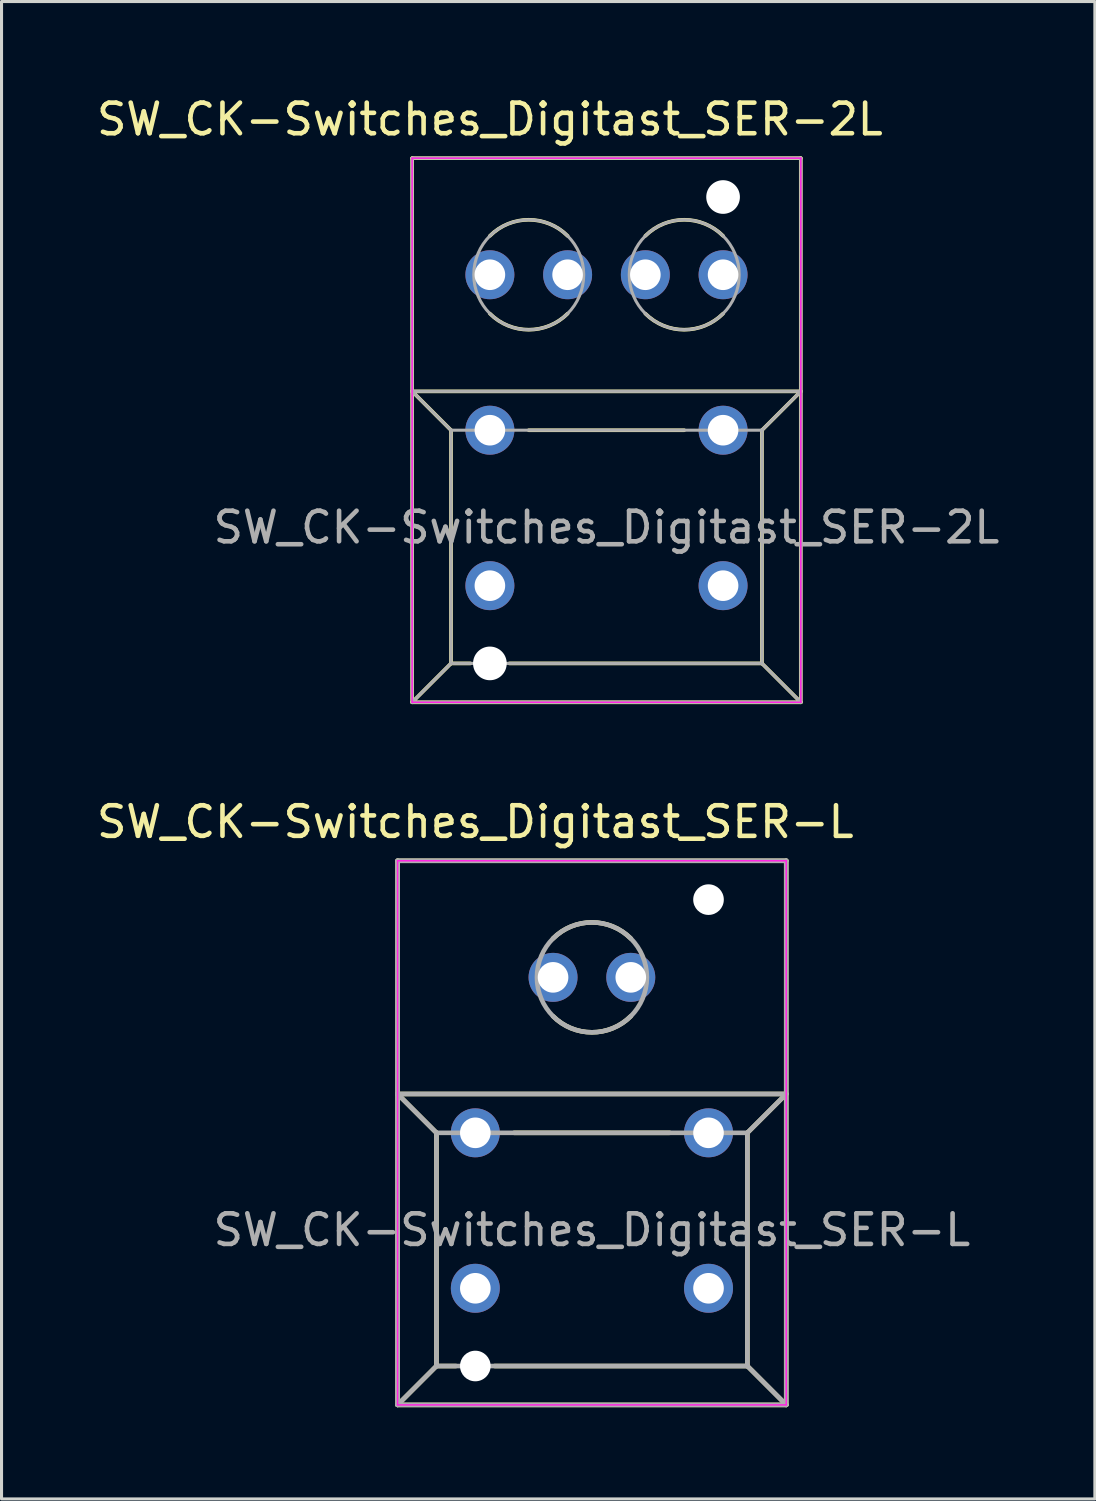
<source format=kicad_pcb>
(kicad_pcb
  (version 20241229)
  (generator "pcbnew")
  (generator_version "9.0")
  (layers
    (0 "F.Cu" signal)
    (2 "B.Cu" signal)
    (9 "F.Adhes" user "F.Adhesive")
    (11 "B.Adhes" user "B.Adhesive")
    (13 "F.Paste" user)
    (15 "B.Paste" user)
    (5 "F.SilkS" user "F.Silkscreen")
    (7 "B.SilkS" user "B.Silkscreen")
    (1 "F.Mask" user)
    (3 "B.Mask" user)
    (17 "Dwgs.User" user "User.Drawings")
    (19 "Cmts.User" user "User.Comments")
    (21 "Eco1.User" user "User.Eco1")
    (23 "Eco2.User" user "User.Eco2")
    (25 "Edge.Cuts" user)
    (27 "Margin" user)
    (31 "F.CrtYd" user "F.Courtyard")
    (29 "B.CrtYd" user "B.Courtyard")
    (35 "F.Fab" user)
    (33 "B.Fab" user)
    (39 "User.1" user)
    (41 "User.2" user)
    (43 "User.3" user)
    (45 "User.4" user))
  (footprint "SW_CK-Switches_Digitast_SER-2L"
    (layer "F.Cu")
    (at 20.578 16.088)
    (property "Reference" "SW_CK-Switches_Digitast_SER-2L" (at -7.62 -15.24 0) (layer "F.SilkS") (effects (font (size 1 1) (thickness 0.15))))
    (attr through_hole)
    (fp_line (start -10.16 -13.97) (end -10.16 3.81) (stroke (width 0.12) (type solid)) (layer "F.SilkS"))
    (fp_line (start -10.16 -6.35) (end 2.54 -6.35) (stroke (width 0.12) (type solid)) (layer "F.SilkS"))
    (fp_line (start -10.16 3.81) (end 2.54 3.81) (stroke (width 0.12) (type solid)) (layer "F.SilkS"))
    (fp_line (start -8.89 -5.08) (end -10.16 -6.35) (stroke (width 0.12) (type solid)) (layer "F.SilkS"))
    (fp_line (start -8.89 -5.08) (end -8.89 2.54) (stroke (width 0.12) (type solid)) (layer "F.SilkS"))
    (fp_line (start -8.89 2.54) (end -10.16 3.81) (stroke (width 0.12) (type solid)) (layer "F.SilkS"))
    (fp_line (start -8.89 2.54) (end -8.255 2.54) (stroke (width 0.12) (type solid)) (layer "F.SilkS"))
    (fp_line (start -6.985 2.54) (end 1.27 2.54) (stroke (width 0.12) (type solid)) (layer "F.SilkS"))
    (fp_line (start -1.27 -5.08) (end -6.35 -5.08) (stroke (width 0.12) (type solid)) (layer "F.SilkS"))
    (fp_line (start 1.27 -5.08) (end 2.54 -6.35) (stroke (width 0.12) (type solid)) (layer "F.SilkS"))
    (fp_line (start 1.27 2.54) (end 1.27 -5.08) (stroke (width 0.12) (type solid)) (layer "F.SilkS"))
    (fp_line (start 1.27 2.54) (end 2.54 3.81) (stroke (width 0.12) (type solid)) (layer "F.SilkS"))
    (fp_line (start 2.54 -13.97) (end -10.16 -13.97) (stroke (width 0.12) (type solid)) (layer "F.SilkS"))
    (fp_line (start 2.54 3.81) (end 2.54 -13.97) (stroke (width 0.12) (type solid)) (layer "F.SilkS"))
    (fp_arc (start -7.62 -11.43) (mid -6.35 -11.956051) (end -5.08 -11.43) (stroke (width 0.12) (type solid)) (layer "F.SilkS"))
    (fp_arc (start -5.08 -8.89) (mid -6.35 -8.363949) (end -7.62 -8.89) (stroke (width 0.12) (type solid)) (layer "F.SilkS"))
    (fp_arc (start -2.54 -11.43) (mid -1.27 -11.956051) (end 0 -11.43) (stroke (width 0.12) (type solid)) (layer "F.SilkS"))
    (fp_arc (start 0 -8.89) (mid -1.27 -8.363949) (end -2.54 -8.89) (stroke (width 0.12) (type solid)) (layer "F.SilkS"))
    (fp_line (start -10.16 -13.97) (end 2.54 -13.97) (stroke (width 0.05) (type solid)) (layer "F.CrtYd"))
    (fp_line (start -10.16 3.81) (end -10.16 -13.97) (stroke (width 0.05) (type solid)) (layer "F.CrtYd"))
    (fp_line (start 2.54 -13.97) (end 2.54 3.81) (stroke (width 0.05) (type solid)) (layer "F.CrtYd"))
    (fp_line (start 2.54 3.81) (end -10.16 3.81) (stroke (width 0.05) (type solid)) (layer "F.CrtYd"))
    (fp_line (start -10.16 -13.97) (end -10.16 3.81) (stroke (width 0.1) (type solid)) (layer "F.Fab"))
    (fp_line (start -10.16 -6.35) (end -8.89 -5.08) (stroke (width 0.1) (type solid)) (layer "F.Fab"))
    (fp_line (start -10.16 -6.35) (end 2.54 -6.35) (stroke (width 0.1) (type solid)) (layer "F.Fab"))
    (fp_line (start -10.16 3.81) (end -8.89 2.54) (stroke (width 0.1) (type solid)) (layer "F.Fab"))
    (fp_line (start -10.16 3.81) (end 2.54 3.81) (stroke (width 0.1) (type solid)) (layer "F.Fab"))
    (fp_line (start -8.89 -5.08) (end -8.89 2.54) (stroke (width 0.1) (type solid)) (layer "F.Fab"))
    (fp_line (start -8.89 -5.08) (end 1.27 -5.08) (stroke (width 0.1) (type solid)) (layer "F.Fab"))
    (fp_line (start -8.89 2.54) (end 1.27 2.54) (stroke (width 0.1) (type solid)) (layer "F.Fab"))
    (fp_line (start 1.27 -5.08) (end 1.27 2.54) (stroke (width 0.1) (type solid)) (layer "F.Fab"))
    (fp_line (start 1.27 -5.08) (end 2.54 -6.35) (stroke (width 0.1) (type solid)) (layer "F.Fab"))
    (fp_line (start 1.27 2.54) (end 2.54 3.81) (stroke (width 0.1) (type solid)) (layer "F.Fab"))
    (fp_line (start 2.54 -13.97) (end -10.16 -13.97) (stroke (width 0.1) (type solid)) (layer "F.Fab"))
    (fp_line (start 2.54 3.81) (end 2.54 -13.97) (stroke (width 0.1) (type solid)) (layer "F.Fab"))
    (fp_circle (center -6.35 -10.16) (end -5.08 -8.89) (stroke (width 0.1) (type solid)) (fill no) (layer "F.Fab"))
    (fp_circle (center -1.27 -10.16) (end 0 -8.89) (stroke (width 0.1) (type solid)) (fill no) (layer "F.Fab"))
    (fp_text user "${REFERENCE}" (at -3.81 -1.905 0) (layer "F.Fab") (effects (font (size 1 1) (thickness 0.15))))
    (pad "" np_thru_hole circle (at -7.62 2.54) (size 1.1 1.1) (drill 1.1) (layers "*.Cu" "*.Mask"))
    (pad "" np_thru_hole circle (at 0 -12.7) (size 1.1 1.1) (drill 1.1) (layers "*.Cu" "*.Mask"))
    (pad "1" thru_hole circle (at 0 0) (size 1.6 1.6) (drill 1) (layers "*.Cu" "*.Mask"))
    (pad "2" thru_hole circle (at -7.62 -5.08) (size 1.6 1.6) (drill 1) (layers "*.Cu" "*.Mask"))
    (pad "2" thru_hole circle (at 0 -5.08) (size 1.6 1.6) (drill 1) (layers "*.Cu" "*.Mask"))
    (pad "3" thru_hole circle (at -7.62 0) (size 1.6 1.6) (drill 1) (layers "*.Cu" "*.Mask"))
    (pad "A1" thru_hole circle (at -7.62 -10.16) (size 1.6 1.6) (drill 1) (layers "*.Cu" "*.Mask"))
    (pad "A2" thru_hole circle (at 0 -10.16) (size 1.6 1.6) (drill 1) (layers "*.Cu" "*.Mask"))
    (pad "C1" thru_hole circle (at -5.08 -10.16) (size 1.6 1.6) (drill 1) (layers "*.Cu" "*.Mask"))
    (pad "C2" thru_hole circle (at -2.54 -10.16) (size 1.6 1.6) (drill 1) (layers "*.Cu" "*.Mask")))
  (footprint "SW_CK-Switches_Digitast_SER-L"
    (layer "F.Cu")
    (at 20.102 39.047)
    (property "Reference" "SW_CK-Switches_Digitast_SER-L" (at -7.62 -15.24 0) (layer "F.SilkS") (effects (font (size 1 1) (thickness 0.15))))
    (attr through_hole)
    (fp_line (start -10.16 -13.97) (end -10.16 3.81) (stroke (width 0.15) (type solid)) (layer "F.SilkS"))
    (fp_line (start -10.16 -6.35) (end 2.54 -6.35) (stroke (width 0.15) (type solid)) (layer "F.SilkS"))
    (fp_line (start -10.16 3.81) (end 2.54 3.81) (stroke (width 0.15) (type solid)) (layer "F.SilkS"))
    (fp_line (start -8.89 -5.08) (end -10.16 -6.35) (stroke (width 0.15) (type solid)) (layer "F.SilkS"))
    (fp_line (start -8.89 -5.08) (end -8.89 2.54) (stroke (width 0.15) (type solid)) (layer "F.SilkS"))
    (fp_line (start -8.89 2.54) (end -10.16 3.81) (stroke (width 0.15) (type solid)) (layer "F.SilkS"))
    (fp_line (start -8.89 2.54) (end -8.255 2.54) (stroke (width 0.15) (type solid)) (layer "F.SilkS"))
    (fp_line (start -6.985 2.54) (end 1.27 2.54) (stroke (width 0.15) (type solid)) (layer "F.SilkS"))
    (fp_line (start -1.27 -5.08) (end -6.35 -5.08) (stroke (width 0.15) (type solid)) (layer "F.SilkS"))
    (fp_line (start 1.27 -5.08) (end 2.54 -6.35) (stroke (width 0.15) (type solid)) (layer "F.SilkS"))
    (fp_line (start 1.27 2.54) (end 1.27 -5.08) (stroke (width 0.15) (type solid)) (layer "F.SilkS"))
    (fp_line (start 1.27 2.54) (end 2.54 3.81) (stroke (width 0.15) (type solid)) (layer "F.SilkS"))
    (fp_line (start 2.54 -13.97) (end -10.16 -13.97) (stroke (width 0.15) (type solid)) (layer "F.SilkS"))
    (fp_line (start 2.54 3.81) (end 2.54 -13.97) (stroke (width 0.15) (type solid)) (layer "F.SilkS"))
    (fp_arc (start -5.08 -11.43) (mid -3.81 -11.956051) (end -2.54 -11.43) (stroke (width 0.15) (type solid)) (layer "F.SilkS"))
    (fp_arc (start -2.54 -8.89) (mid -3.81 -8.363949) (end -5.08 -8.89) (stroke (width 0.15) (type solid)) (layer "F.SilkS"))
    (fp_line (start -10.16 -13.97) (end 2.54 -13.97) (stroke (width 0.05) (type solid)) (layer "F.CrtYd"))
    (fp_line (start -10.16 3.81) (end -10.16 -13.97) (stroke (width 0.05) (type solid)) (layer "F.CrtYd"))
    (fp_line (start 2.54 -13.97) (end 2.54 3.81) (stroke (width 0.05) (type solid)) (layer "F.CrtYd"))
    (fp_line (start 2.54 3.81) (end -10.16 3.81) (stroke (width 0.05) (type solid)) (layer "F.CrtYd"))
    (fp_line (start -10.16 -13.97) (end -10.16 3.81) (stroke (width 0.15) (type solid)) (layer "F.Fab"))
    (fp_line (start -10.16 -6.35) (end -8.89 -5.08) (stroke (width 0.15) (type solid)) (layer "F.Fab"))
    (fp_line (start -10.16 -6.35) (end 2.54 -6.35) (stroke (width 0.15) (type solid)) (layer "F.Fab"))
    (fp_line (start -10.16 3.81) (end -8.89 2.54) (stroke (width 0.15) (type solid)) (layer "F.Fab"))
    (fp_line (start -10.16 3.81) (end 2.54 3.81) (stroke (width 0.15) (type solid)) (layer "F.Fab"))
    (fp_line (start -8.89 -5.08) (end -8.89 2.54) (stroke (width 0.15) (type solid)) (layer "F.Fab"))
    (fp_line (start -8.89 -5.08) (end 1.27 -5.08) (stroke (width 0.15) (type solid)) (layer "F.Fab"))
    (fp_line (start -8.89 2.54) (end 1.27 2.54) (stroke (width 0.15) (type solid)) (layer "F.Fab"))
    (fp_line (start 1.27 -5.08) (end 1.27 2.54) (stroke (width 0.15) (type solid)) (layer "F.Fab"))
    (fp_line (start 1.27 -5.08) (end 2.54 -6.35) (stroke (width 0.15) (type solid)) (layer "F.Fab"))
    (fp_line (start 1.27 2.54) (end 2.54 3.81) (stroke (width 0.15) (type solid)) (layer "F.Fab"))
    (fp_line (start 2.54 -13.97) (end -10.16 -13.97) (stroke (width 0.15) (type solid)) (layer "F.Fab"))
    (fp_line (start 2.54 3.81) (end 2.54 -13.97) (stroke (width 0.15) (type solid)) (layer "F.Fab"))
    (fp_circle (center -3.81 -10.16) (end -2.54 -8.89) (stroke (width 0.15) (type solid)) (fill no) (layer "F.Fab"))
    (fp_text user "${REFERENCE}" (at -3.81 -1.905 0) (layer "F.Fab") (effects (font (size 1 1) (thickness 0.15))))
    (pad "" np_thru_hole circle (at -7.62 2.54) (size 1 1) (drill 1) (layers "*.Cu" "*.Mask"))
    (pad "" np_thru_hole circle (at 0 -12.7) (size 1 1) (drill 1) (layers "*.Cu" "*.Mask"))
    (pad "1" thru_hole circle (at 0 0) (size 1.6 1.6) (drill 1) (layers "*.Cu" "*.Mask"))
    (pad "2" thru_hole circle (at -7.62 -5.08) (size 1.6 1.6) (drill 1) (layers "*.Cu" "*.Mask"))
    (pad "2" thru_hole circle (at 0 -5.08) (size 1.6 1.6) (drill 1) (layers "*.Cu" "*.Mask"))
    (pad "3" thru_hole circle (at -7.62 0) (size 1.6 1.6) (drill 1) (layers "*.Cu" "*.Mask"))
    (pad "A1" thru_hole circle (at -5.08 -10.16) (size 1.6 1.6) (drill 1) (layers "*.Cu" "*.Mask"))
    (pad "C1" thru_hole circle (at -2.54 -10.16) (size 1.6 1.6) (drill 1) (layers "*.Cu" "*.Mask")))
  (gr_rect
    (start -3 -3)
    (end 32.727 45.931)
    (stroke (width 0.1) (type default))
    (fill no)
    (layer "Edge.Cuts")))
</source>
